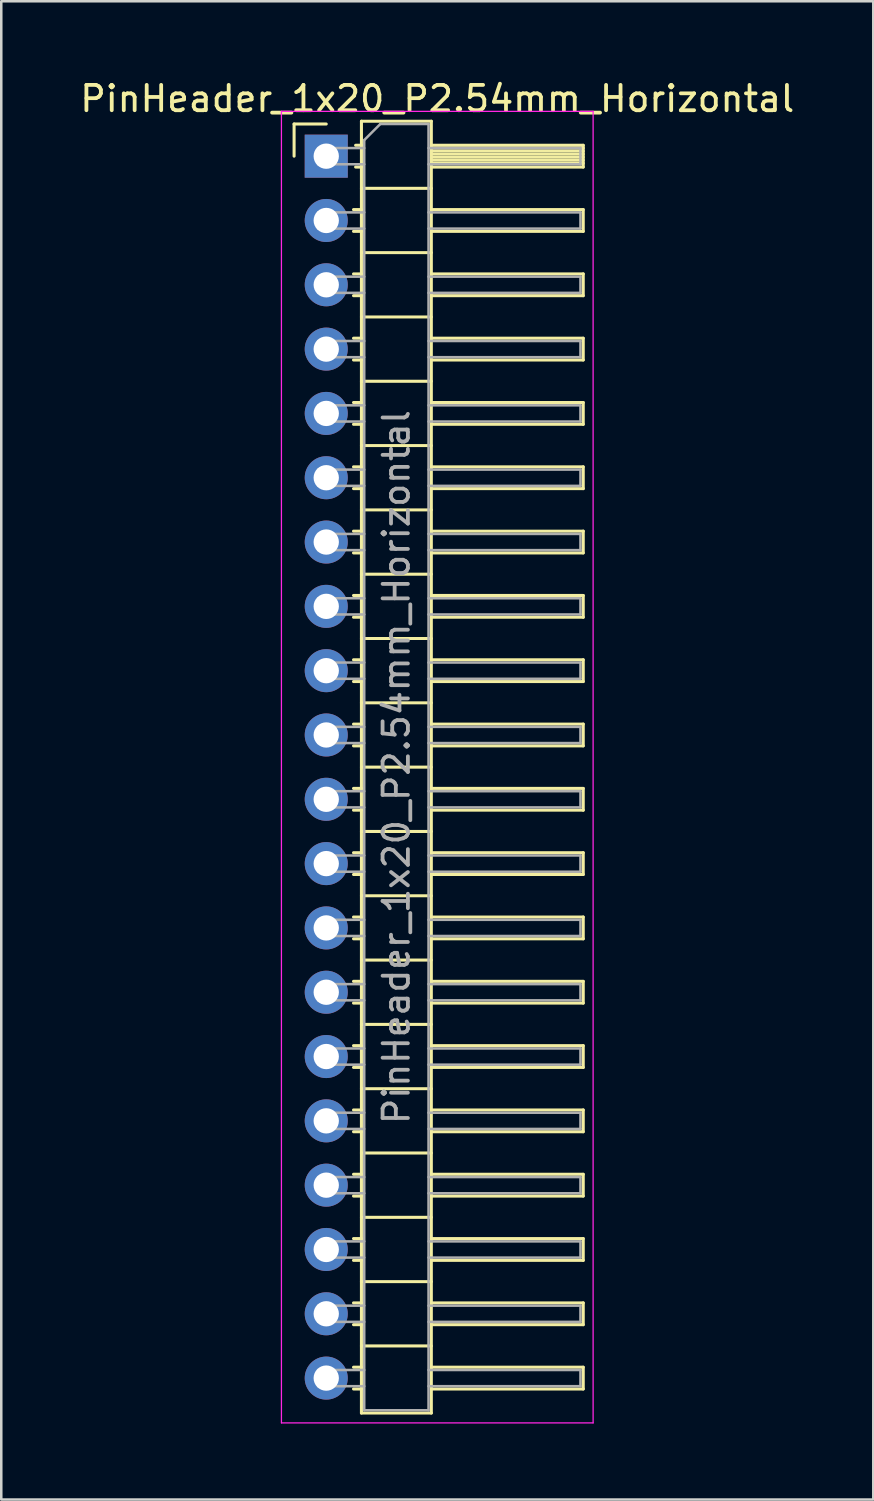
<source format=kicad_pcb>
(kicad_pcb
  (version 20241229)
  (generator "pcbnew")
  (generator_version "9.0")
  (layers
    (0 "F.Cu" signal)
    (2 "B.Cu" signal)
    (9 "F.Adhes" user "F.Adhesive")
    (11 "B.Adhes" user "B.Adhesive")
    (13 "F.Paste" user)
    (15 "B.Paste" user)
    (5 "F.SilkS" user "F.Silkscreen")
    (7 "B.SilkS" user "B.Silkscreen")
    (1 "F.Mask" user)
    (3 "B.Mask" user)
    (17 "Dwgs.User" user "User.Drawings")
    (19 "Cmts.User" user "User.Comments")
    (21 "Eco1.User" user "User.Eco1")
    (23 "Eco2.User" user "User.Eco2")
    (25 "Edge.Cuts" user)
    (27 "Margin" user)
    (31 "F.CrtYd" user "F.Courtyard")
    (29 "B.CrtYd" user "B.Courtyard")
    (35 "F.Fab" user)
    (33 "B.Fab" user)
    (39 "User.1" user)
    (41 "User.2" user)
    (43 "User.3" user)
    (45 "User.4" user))
  (footprint "PinHeader_1x20_P2.54mm_Horizontal"
    (layer "F.Cu")
    (at 9.835 3.118)
    (property "Reference" "PinHeader_1x20_P2.54mm_Horizontal" (at 4.385 -2.27 0) (layer "F.SilkS") (effects (font (size 1 1) (thickness 0.15))))
    (attr through_hole)
    (fp_line (start -1.27 -1.27) (end 0 -1.27) (stroke (width 0.12) (type solid)) (layer "F.SilkS"))
    (fp_line (start -1.27 0) (end -1.27 -1.27) (stroke (width 0.12) (type solid)) (layer "F.SilkS"))
    (fp_line (start 1.077 2.11) (end 1.39 2.11) (stroke (width 0.12) (type solid)) (layer "F.SilkS"))
    (fp_line (start 1.077 2.97) (end 1.39 2.97) (stroke (width 0.12) (type solid)) (layer "F.SilkS"))
    (fp_line (start 1.077 4.65) (end 1.39 4.65) (stroke (width 0.12) (type solid)) (layer "F.SilkS"))
    (fp_line (start 1.077 5.51) (end 1.39 5.51) (stroke (width 0.12) (type solid)) (layer "F.SilkS"))
    (fp_line (start 1.077 7.19) (end 1.39 7.19) (stroke (width 0.12) (type solid)) (layer "F.SilkS"))
    (fp_line (start 1.077 8.05) (end 1.39 8.05) (stroke (width 0.12) (type solid)) (layer "F.SilkS"))
    (fp_line (start 1.077 9.73) (end 1.39 9.73) (stroke (width 0.12) (type solid)) (layer "F.SilkS"))
    (fp_line (start 1.077 10.59) (end 1.39 10.59) (stroke (width 0.12) (type solid)) (layer "F.SilkS"))
    (fp_line (start 1.077 12.27) (end 1.39 12.27) (stroke (width 0.12) (type solid)) (layer "F.SilkS"))
    (fp_line (start 1.077 13.13) (end 1.39 13.13) (stroke (width 0.12) (type solid)) (layer "F.SilkS"))
    (fp_line (start 1.077 14.81) (end 1.39 14.81) (stroke (width 0.12) (type solid)) (layer "F.SilkS"))
    (fp_line (start 1.077 15.67) (end 1.39 15.67) (stroke (width 0.12) (type solid)) (layer "F.SilkS"))
    (fp_line (start 1.077 17.35) (end 1.39 17.35) (stroke (width 0.12) (type solid)) (layer "F.SilkS"))
    (fp_line (start 1.077 18.21) (end 1.39 18.21) (stroke (width 0.12) (type solid)) (layer "F.SilkS"))
    (fp_line (start 1.077 19.89) (end 1.39 19.89) (stroke (width 0.12) (type solid)) (layer "F.SilkS"))
    (fp_line (start 1.077 20.75) (end 1.39 20.75) (stroke (width 0.12) (type solid)) (layer "F.SilkS"))
    (fp_line (start 1.077 22.43) (end 1.39 22.43) (stroke (width 0.12) (type solid)) (layer "F.SilkS"))
    (fp_line (start 1.077 23.29) (end 1.39 23.29) (stroke (width 0.12) (type solid)) (layer "F.SilkS"))
    (fp_line (start 1.077 24.97) (end 1.39 24.97) (stroke (width 0.12) (type solid)) (layer "F.SilkS"))
    (fp_line (start 1.077 25.83) (end 1.39 25.83) (stroke (width 0.12) (type solid)) (layer "F.SilkS"))
    (fp_line (start 1.077 27.51) (end 1.39 27.51) (stroke (width 0.12) (type solid)) (layer "F.SilkS"))
    (fp_line (start 1.077 28.37) (end 1.39 28.37) (stroke (width 0.12) (type solid)) (layer "F.SilkS"))
    (fp_line (start 1.077 30.05) (end 1.39 30.05) (stroke (width 0.12) (type solid)) (layer "F.SilkS"))
    (fp_line (start 1.077 30.91) (end 1.39 30.91) (stroke (width 0.12) (type solid)) (layer "F.SilkS"))
    (fp_line (start 1.077 32.59) (end 1.39 32.59) (stroke (width 0.12) (type solid)) (layer "F.SilkS"))
    (fp_line (start 1.077 33.45) (end 1.39 33.45) (stroke (width 0.12) (type solid)) (layer "F.SilkS"))
    (fp_line (start 1.077 35.13) (end 1.39 35.13) (stroke (width 0.12) (type solid)) (layer "F.SilkS"))
    (fp_line (start 1.077 35.99) (end 1.39 35.99) (stroke (width 0.12) (type solid)) (layer "F.SilkS"))
    (fp_line (start 1.077 37.67) (end 1.39 37.67) (stroke (width 0.12) (type solid)) (layer "F.SilkS"))
    (fp_line (start 1.077 38.53) (end 1.39 38.53) (stroke (width 0.12) (type solid)) (layer "F.SilkS"))
    (fp_line (start 1.077 40.21) (end 1.39 40.21) (stroke (width 0.12) (type solid)) (layer "F.SilkS"))
    (fp_line (start 1.077 41.07) (end 1.39 41.07) (stroke (width 0.12) (type solid)) (layer "F.SilkS"))
    (fp_line (start 1.077 42.75) (end 1.39 42.75) (stroke (width 0.12) (type solid)) (layer "F.SilkS"))
    (fp_line (start 1.077 43.61) (end 1.39 43.61) (stroke (width 0.12) (type solid)) (layer "F.SilkS"))
    (fp_line (start 1.077 45.29) (end 1.39 45.29) (stroke (width 0.12) (type solid)) (layer "F.SilkS"))
    (fp_line (start 1.077 46.15) (end 1.39 46.15) (stroke (width 0.12) (type solid)) (layer "F.SilkS"))
    (fp_line (start 1.077 47.83) (end 1.39 47.83) (stroke (width 0.12) (type solid)) (layer "F.SilkS"))
    (fp_line (start 1.077 48.69) (end 1.39 48.69) (stroke (width 0.12) (type solid)) (layer "F.SilkS"))
    (fp_line (start 1.16 -0.43) (end 1.39 -0.43) (stroke (width 0.12) (type solid)) (layer "F.SilkS"))
    (fp_line (start 1.16 0.43) (end 1.39 0.43) (stroke (width 0.12) (type solid)) (layer "F.SilkS"))
    (fp_line (start 1.39 -1.38) (end 1.39 49.64) (stroke (width 0.12) (type solid)) (layer "F.SilkS"))
    (fp_line (start 1.39 1.27) (end 4.15 1.27) (stroke (width 0.12) (type solid)) (layer "F.SilkS"))
    (fp_line (start 1.39 3.81) (end 4.15 3.81) (stroke (width 0.12) (type solid)) (layer "F.SilkS"))
    (fp_line (start 1.39 6.35) (end 4.15 6.35) (stroke (width 0.12) (type solid)) (layer "F.SilkS"))
    (fp_line (start 1.39 8.89) (end 4.15 8.89) (stroke (width 0.12) (type solid)) (layer "F.SilkS"))
    (fp_line (start 1.39 11.43) (end 4.15 11.43) (stroke (width 0.12) (type solid)) (layer "F.SilkS"))
    (fp_line (start 1.39 13.97) (end 4.15 13.97) (stroke (width 0.12) (type solid)) (layer "F.SilkS"))
    (fp_line (start 1.39 16.51) (end 4.15 16.51) (stroke (width 0.12) (type solid)) (layer "F.SilkS"))
    (fp_line (start 1.39 19.05) (end 4.15 19.05) (stroke (width 0.12) (type solid)) (layer "F.SilkS"))
    (fp_line (start 1.39 21.59) (end 4.15 21.59) (stroke (width 0.12) (type solid)) (layer "F.SilkS"))
    (fp_line (start 1.39 24.13) (end 4.15 24.13) (stroke (width 0.12) (type solid)) (layer "F.SilkS"))
    (fp_line (start 1.39 26.67) (end 4.15 26.67) (stroke (width 0.12) (type solid)) (layer "F.SilkS"))
    (fp_line (start 1.39 29.21) (end 4.15 29.21) (stroke (width 0.12) (type solid)) (layer "F.SilkS"))
    (fp_line (start 1.39 31.75) (end 4.15 31.75) (stroke (width 0.12) (type solid)) (layer "F.SilkS"))
    (fp_line (start 1.39 34.29) (end 4.15 34.29) (stroke (width 0.12) (type solid)) (layer "F.SilkS"))
    (fp_line (start 1.39 36.83) (end 4.15 36.83) (stroke (width 0.12) (type solid)) (layer "F.SilkS"))
    (fp_line (start 1.39 39.37) (end 4.15 39.37) (stroke (width 0.12) (type solid)) (layer "F.SilkS"))
    (fp_line (start 1.39 41.91) (end 4.15 41.91) (stroke (width 0.12) (type solid)) (layer "F.SilkS"))
    (fp_line (start 1.39 44.45) (end 4.15 44.45) (stroke (width 0.12) (type solid)) (layer "F.SilkS"))
    (fp_line (start 1.39 46.99) (end 4.15 46.99) (stroke (width 0.12) (type solid)) (layer "F.SilkS"))
    (fp_line (start 1.39 49.64) (end 4.15 49.64) (stroke (width 0.12) (type solid)) (layer "F.SilkS"))
    (fp_line (start 4.15 -1.38) (end 1.39 -1.38) (stroke (width 0.12) (type solid)) (layer "F.SilkS"))
    (fp_line (start 4.15 -0.43) (end 10.15 -0.43) (stroke (width 0.12) (type solid)) (layer "F.SilkS"))
    (fp_line (start 4.15 -0.32) (end 10.15 -0.32) (stroke (width 0.12) (type solid)) (layer "F.SilkS"))
    (fp_line (start 4.15 -0.2) (end 10.15 -0.2) (stroke (width 0.12) (type solid)) (layer "F.SilkS"))
    (fp_line (start 4.15 -0.08) (end 10.15 -0.08) (stroke (width 0.12) (type solid)) (layer "F.SilkS"))
    (fp_line (start 4.15 0.04) (end 10.15 0.04) (stroke (width 0.12) (type solid)) (layer "F.SilkS"))
    (fp_line (start 4.15 0.16) (end 10.15 0.16) (stroke (width 0.12) (type solid)) (layer "F.SilkS"))
    (fp_line (start 4.15 0.28) (end 10.15 0.28) (stroke (width 0.12) (type solid)) (layer "F.SilkS"))
    (fp_line (start 4.15 2.11) (end 10.15 2.11) (stroke (width 0.12) (type solid)) (layer "F.SilkS"))
    (fp_line (start 4.15 4.65) (end 10.15 4.65) (stroke (width 0.12) (type solid)) (layer "F.SilkS"))
    (fp_line (start 4.15 7.19) (end 10.15 7.19) (stroke (width 0.12) (type solid)) (layer "F.SilkS"))
    (fp_line (start 4.15 9.73) (end 10.15 9.73) (stroke (width 0.12) (type solid)) (layer "F.SilkS"))
    (fp_line (start 4.15 12.27) (end 10.15 12.27) (stroke (width 0.12) (type solid)) (layer "F.SilkS"))
    (fp_line (start 4.15 14.81) (end 10.15 14.81) (stroke (width 0.12) (type solid)) (layer "F.SilkS"))
    (fp_line (start 4.15 17.35) (end 10.15 17.35) (stroke (width 0.12) (type solid)) (layer "F.SilkS"))
    (fp_line (start 4.15 19.89) (end 10.15 19.89) (stroke (width 0.12) (type solid)) (layer "F.SilkS"))
    (fp_line (start 4.15 22.43) (end 10.15 22.43) (stroke (width 0.12) (type solid)) (layer "F.SilkS"))
    (fp_line (start 4.15 24.97) (end 10.15 24.97) (stroke (width 0.12) (type solid)) (layer "F.SilkS"))
    (fp_line (start 4.15 27.51) (end 10.15 27.51) (stroke (width 0.12) (type solid)) (layer "F.SilkS"))
    (fp_line (start 4.15 30.05) (end 10.15 30.05) (stroke (width 0.12) (type solid)) (layer "F.SilkS"))
    (fp_line (start 4.15 32.59) (end 10.15 32.59) (stroke (width 0.12) (type solid)) (layer "F.SilkS"))
    (fp_line (start 4.15 35.13) (end 10.15 35.13) (stroke (width 0.12) (type solid)) (layer "F.SilkS"))
    (fp_line (start 4.15 37.67) (end 10.15 37.67) (stroke (width 0.12) (type solid)) (layer "F.SilkS"))
    (fp_line (start 4.15 40.21) (end 10.15 40.21) (stroke (width 0.12) (type solid)) (layer "F.SilkS"))
    (fp_line (start 4.15 42.75) (end 10.15 42.75) (stroke (width 0.12) (type solid)) (layer "F.SilkS"))
    (fp_line (start 4.15 45.29) (end 10.15 45.29) (stroke (width 0.12) (type solid)) (layer "F.SilkS"))
    (fp_line (start 4.15 47.83) (end 10.15 47.83) (stroke (width 0.12) (type solid)) (layer "F.SilkS"))
    (fp_line (start 4.15 49.64) (end 4.15 -1.38) (stroke (width 0.12) (type solid)) (layer "F.SilkS"))
    (fp_line (start 10.15 -0.43) (end 10.15 0.43) (stroke (width 0.12) (type solid)) (layer "F.SilkS"))
    (fp_line (start 10.15 0.43) (end 4.15 0.43) (stroke (width 0.12) (type solid)) (layer "F.SilkS"))
    (fp_line (start 10.15 2.11) (end 10.15 2.97) (stroke (width 0.12) (type solid)) (layer "F.SilkS"))
    (fp_line (start 10.15 2.97) (end 4.15 2.97) (stroke (width 0.12) (type solid)) (layer "F.SilkS"))
    (fp_line (start 10.15 4.65) (end 10.15 5.51) (stroke (width 0.12) (type solid)) (layer "F.SilkS"))
    (fp_line (start 10.15 5.51) (end 4.15 5.51) (stroke (width 0.12) (type solid)) (layer "F.SilkS"))
    (fp_line (start 10.15 7.19) (end 10.15 8.05) (stroke (width 0.12) (type solid)) (layer "F.SilkS"))
    (fp_line (start 10.15 8.05) (end 4.15 8.05) (stroke (width 0.12) (type solid)) (layer "F.SilkS"))
    (fp_line (start 10.15 9.73) (end 10.15 10.59) (stroke (width 0.12) (type solid)) (layer "F.SilkS"))
    (fp_line (start 10.15 10.59) (end 4.15 10.59) (stroke (width 0.12) (type solid)) (layer "F.SilkS"))
    (fp_line (start 10.15 12.27) (end 10.15 13.13) (stroke (width 0.12) (type solid)) (layer "F.SilkS"))
    (fp_line (start 10.15 13.13) (end 4.15 13.13) (stroke (width 0.12) (type solid)) (layer "F.SilkS"))
    (fp_line (start 10.15 14.81) (end 10.15 15.67) (stroke (width 0.12) (type solid)) (layer "F.SilkS"))
    (fp_line (start 10.15 15.67) (end 4.15 15.67) (stroke (width 0.12) (type solid)) (layer "F.SilkS"))
    (fp_line (start 10.15 17.35) (end 10.15 18.21) (stroke (width 0.12) (type solid)) (layer "F.SilkS"))
    (fp_line (start 10.15 18.21) (end 4.15 18.21) (stroke (width 0.12) (type solid)) (layer "F.SilkS"))
    (fp_line (start 10.15 19.89) (end 10.15 20.75) (stroke (width 0.12) (type solid)) (layer "F.SilkS"))
    (fp_line (start 10.15 20.75) (end 4.15 20.75) (stroke (width 0.12) (type solid)) (layer "F.SilkS"))
    (fp_line (start 10.15 22.43) (end 10.15 23.29) (stroke (width 0.12) (type solid)) (layer "F.SilkS"))
    (fp_line (start 10.15 23.29) (end 4.15 23.29) (stroke (width 0.12) (type solid)) (layer "F.SilkS"))
    (fp_line (start 10.15 24.97) (end 10.15 25.83) (stroke (width 0.12) (type solid)) (layer "F.SilkS"))
    (fp_line (start 10.15 25.83) (end 4.15 25.83) (stroke (width 0.12) (type solid)) (layer "F.SilkS"))
    (fp_line (start 10.15 27.51) (end 10.15 28.37) (stroke (width 0.12) (type solid)) (layer "F.SilkS"))
    (fp_line (start 10.15 28.37) (end 4.15 28.37) (stroke (width 0.12) (type solid)) (layer "F.SilkS"))
    (fp_line (start 10.15 30.05) (end 10.15 30.91) (stroke (width 0.12) (type solid)) (layer "F.SilkS"))
    (fp_line (start 10.15 30.91) (end 4.15 30.91) (stroke (width 0.12) (type solid)) (layer "F.SilkS"))
    (fp_line (start 10.15 32.59) (end 10.15 33.45) (stroke (width 0.12) (type solid)) (layer "F.SilkS"))
    (fp_line (start 10.15 33.45) (end 4.15 33.45) (stroke (width 0.12) (type solid)) (layer "F.SilkS"))
    (fp_line (start 10.15 35.13) (end 10.15 35.99) (stroke (width 0.12) (type solid)) (layer "F.SilkS"))
    (fp_line (start 10.15 35.99) (end 4.15 35.99) (stroke (width 0.12) (type solid)) (layer "F.SilkS"))
    (fp_line (start 10.15 37.67) (end 10.15 38.53) (stroke (width 0.12) (type solid)) (layer "F.SilkS"))
    (fp_line (start 10.15 38.53) (end 4.15 38.53) (stroke (width 0.12) (type solid)) (layer "F.SilkS"))
    (fp_line (start 10.15 40.21) (end 10.15 41.07) (stroke (width 0.12) (type solid)) (layer "F.SilkS"))
    (fp_line (start 10.15 41.07) (end 4.15 41.07) (stroke (width 0.12) (type solid)) (layer "F.SilkS"))
    (fp_line (start 10.15 42.75) (end 10.15 43.61) (stroke (width 0.12) (type solid)) (layer "F.SilkS"))
    (fp_line (start 10.15 43.61) (end 4.15 43.61) (stroke (width 0.12) (type solid)) (layer "F.SilkS"))
    (fp_line (start 10.15 45.29) (end 10.15 46.15) (stroke (width 0.12) (type solid)) (layer "F.SilkS"))
    (fp_line (start 10.15 46.15) (end 4.15 46.15) (stroke (width 0.12) (type solid)) (layer "F.SilkS"))
    (fp_line (start 10.15 47.83) (end 10.15 48.69) (stroke (width 0.12) (type solid)) (layer "F.SilkS"))
    (fp_line (start 10.15 48.69) (end 4.15 48.69) (stroke (width 0.12) (type solid)) (layer "F.SilkS"))
    (fp_line (start -1.77 -1.77) (end -1.77 50.03) (stroke (width 0.05) (type solid)) (layer "F.CrtYd"))
    (fp_line (start -1.77 50.03) (end 10.54 50.03) (stroke (width 0.05) (type solid)) (layer "F.CrtYd"))
    (fp_line (start 10.54 -1.77) (end -1.77 -1.77) (stroke (width 0.05) (type solid)) (layer "F.CrtYd"))
    (fp_line (start 10.54 50.03) (end 10.54 -1.77) (stroke (width 0.05) (type solid)) (layer "F.CrtYd"))
    (fp_line (start -0.32 -0.32) (end -0.32 0.32) (stroke (width 0.1) (type solid)) (layer "F.Fab"))
    (fp_line (start -0.32 -0.32) (end 1.5 -0.32) (stroke (width 0.1) (type solid)) (layer "F.Fab"))
    (fp_line (start -0.32 0.32) (end 1.5 0.32) (stroke (width 0.1) (type solid)) (layer "F.Fab"))
    (fp_line (start -0.32 2.22) (end -0.32 2.86) (stroke (width 0.1) (type solid)) (layer "F.Fab"))
    (fp_line (start -0.32 2.22) (end 1.5 2.22) (stroke (width 0.1) (type solid)) (layer "F.Fab"))
    (fp_line (start -0.32 2.86) (end 1.5 2.86) (stroke (width 0.1) (type solid)) (layer "F.Fab"))
    (fp_line (start -0.32 4.76) (end -0.32 5.4) (stroke (width 0.1) (type solid)) (layer "F.Fab"))
    (fp_line (start -0.32 4.76) (end 1.5 4.76) (stroke (width 0.1) (type solid)) (layer "F.Fab"))
    (fp_line (start -0.32 5.4) (end 1.5 5.4) (stroke (width 0.1) (type solid)) (layer "F.Fab"))
    (fp_line (start -0.32 7.3) (end -0.32 7.94) (stroke (width 0.1) (type solid)) (layer "F.Fab"))
    (fp_line (start -0.32 7.3) (end 1.5 7.3) (stroke (width 0.1) (type solid)) (layer "F.Fab"))
    (fp_line (start -0.32 7.94) (end 1.5 7.94) (stroke (width 0.1) (type solid)) (layer "F.Fab"))
    (fp_line (start -0.32 9.84) (end -0.32 10.48) (stroke (width 0.1) (type solid)) (layer "F.Fab"))
    (fp_line (start -0.32 9.84) (end 1.5 9.84) (stroke (width 0.1) (type solid)) (layer "F.Fab"))
    (fp_line (start -0.32 10.48) (end 1.5 10.48) (stroke (width 0.1) (type solid)) (layer "F.Fab"))
    (fp_line (start -0.32 12.38) (end -0.32 13.02) (stroke (width 0.1) (type solid)) (layer "F.Fab"))
    (fp_line (start -0.32 12.38) (end 1.5 12.38) (stroke (width 0.1) (type solid)) (layer "F.Fab"))
    (fp_line (start -0.32 13.02) (end 1.5 13.02) (stroke (width 0.1) (type solid)) (layer "F.Fab"))
    (fp_line (start -0.32 14.92) (end -0.32 15.56) (stroke (width 0.1) (type solid)) (layer "F.Fab"))
    (fp_line (start -0.32 14.92) (end 1.5 14.92) (stroke (width 0.1) (type solid)) (layer "F.Fab"))
    (fp_line (start -0.32 15.56) (end 1.5 15.56) (stroke (width 0.1) (type solid)) (layer "F.Fab"))
    (fp_line (start -0.32 17.46) (end -0.32 18.1) (stroke (width 0.1) (type solid)) (layer "F.Fab"))
    (fp_line (start -0.32 17.46) (end 1.5 17.46) (stroke (width 0.1) (type solid)) (layer "F.Fab"))
    (fp_line (start -0.32 18.1) (end 1.5 18.1) (stroke (width 0.1) (type solid)) (layer "F.Fab"))
    (fp_line (start -0.32 20) (end -0.32 20.64) (stroke (width 0.1) (type solid)) (layer "F.Fab"))
    (fp_line (start -0.32 20) (end 1.5 20) (stroke (width 0.1) (type solid)) (layer "F.Fab"))
    (fp_line (start -0.32 20.64) (end 1.5 20.64) (stroke (width 0.1) (type solid)) (layer "F.Fab"))
    (fp_line (start -0.32 22.54) (end -0.32 23.18) (stroke (width 0.1) (type solid)) (layer "F.Fab"))
    (fp_line (start -0.32 22.54) (end 1.5 22.54) (stroke (width 0.1) (type solid)) (layer "F.Fab"))
    (fp_line (start -0.32 23.18) (end 1.5 23.18) (stroke (width 0.1) (type solid)) (layer "F.Fab"))
    (fp_line (start -0.32 25.08) (end -0.32 25.72) (stroke (width 0.1) (type solid)) (layer "F.Fab"))
    (fp_line (start -0.32 25.08) (end 1.5 25.08) (stroke (width 0.1) (type solid)) (layer "F.Fab"))
    (fp_line (start -0.32 25.72) (end 1.5 25.72) (stroke (width 0.1) (type solid)) (layer "F.Fab"))
    (fp_line (start -0.32 27.62) (end -0.32 28.26) (stroke (width 0.1) (type solid)) (layer "F.Fab"))
    (fp_line (start -0.32 27.62) (end 1.5 27.62) (stroke (width 0.1) (type solid)) (layer "F.Fab"))
    (fp_line (start -0.32 28.26) (end 1.5 28.26) (stroke (width 0.1) (type solid)) (layer "F.Fab"))
    (fp_line (start -0.32 30.16) (end -0.32 30.8) (stroke (width 0.1) (type solid)) (layer "F.Fab"))
    (fp_line (start -0.32 30.16) (end 1.5 30.16) (stroke (width 0.1) (type solid)) (layer "F.Fab"))
    (fp_line (start -0.32 30.8) (end 1.5 30.8) (stroke (width 0.1) (type solid)) (layer "F.Fab"))
    (fp_line (start -0.32 32.7) (end -0.32 33.34) (stroke (width 0.1) (type solid)) (layer "F.Fab"))
    (fp_line (start -0.32 32.7) (end 1.5 32.7) (stroke (width 0.1) (type solid)) (layer "F.Fab"))
    (fp_line (start -0.32 33.34) (end 1.5 33.34) (stroke (width 0.1) (type solid)) (layer "F.Fab"))
    (fp_line (start -0.32 35.24) (end -0.32 35.88) (stroke (width 0.1) (type solid)) (layer "F.Fab"))
    (fp_line (start -0.32 35.24) (end 1.5 35.24) (stroke (width 0.1) (type solid)) (layer "F.Fab"))
    (fp_line (start -0.32 35.88) (end 1.5 35.88) (stroke (width 0.1) (type solid)) (layer "F.Fab"))
    (fp_line (start -0.32 37.78) (end -0.32 38.42) (stroke (width 0.1) (type solid)) (layer "F.Fab"))
    (fp_line (start -0.32 37.78) (end 1.5 37.78) (stroke (width 0.1) (type solid)) (layer "F.Fab"))
    (fp_line (start -0.32 38.42) (end 1.5 38.42) (stroke (width 0.1) (type solid)) (layer "F.Fab"))
    (fp_line (start -0.32 40.32) (end -0.32 40.96) (stroke (width 0.1) (type solid)) (layer "F.Fab"))
    (fp_line (start -0.32 40.32) (end 1.5 40.32) (stroke (width 0.1) (type solid)) (layer "F.Fab"))
    (fp_line (start -0.32 40.96) (end 1.5 40.96) (stroke (width 0.1) (type solid)) (layer "F.Fab"))
    (fp_line (start -0.32 42.86) (end -0.32 43.5) (stroke (width 0.1) (type solid)) (layer "F.Fab"))
    (fp_line (start -0.32 42.86) (end 1.5 42.86) (stroke (width 0.1) (type solid)) (layer "F.Fab"))
    (fp_line (start -0.32 43.5) (end 1.5 43.5) (stroke (width 0.1) (type solid)) (layer "F.Fab"))
    (fp_line (start -0.32 45.4) (end -0.32 46.04) (stroke (width 0.1) (type solid)) (layer "F.Fab"))
    (fp_line (start -0.32 45.4) (end 1.5 45.4) (stroke (width 0.1) (type solid)) (layer "F.Fab"))
    (fp_line (start -0.32 46.04) (end 1.5 46.04) (stroke (width 0.1) (type solid)) (layer "F.Fab"))
    (fp_line (start -0.32 47.94) (end -0.32 48.58) (stroke (width 0.1) (type solid)) (layer "F.Fab"))
    (fp_line (start -0.32 47.94) (end 1.5 47.94) (stroke (width 0.1) (type solid)) (layer "F.Fab"))
    (fp_line (start -0.32 48.58) (end 1.5 48.58) (stroke (width 0.1) (type solid)) (layer "F.Fab"))
    (fp_line (start 1.5 -0.635) (end 2.135 -1.27) (stroke (width 0.1) (type solid)) (layer "F.Fab"))
    (fp_line (start 1.5 49.53) (end 1.5 -0.635) (stroke (width 0.1) (type solid)) (layer "F.Fab"))
    (fp_line (start 2.135 -1.27) (end 4.04 -1.27) (stroke (width 0.1) (type solid)) (layer "F.Fab"))
    (fp_line (start 4.04 -1.27) (end 4.04 49.53) (stroke (width 0.1) (type solid)) (layer "F.Fab"))
    (fp_line (start 4.04 -0.32) (end 10.04 -0.32) (stroke (width 0.1) (type solid)) (layer "F.Fab"))
    (fp_line (start 4.04 0.32) (end 10.04 0.32) (stroke (width 0.1) (type solid)) (layer "F.Fab"))
    (fp_line (start 4.04 2.22) (end 10.04 2.22) (stroke (width 0.1) (type solid)) (layer "F.Fab"))
    (fp_line (start 4.04 2.86) (end 10.04 2.86) (stroke (width 0.1) (type solid)) (layer "F.Fab"))
    (fp_line (start 4.04 4.76) (end 10.04 4.76) (stroke (width 0.1) (type solid)) (layer "F.Fab"))
    (fp_line (start 4.04 5.4) (end 10.04 5.4) (stroke (width 0.1) (type solid)) (layer "F.Fab"))
    (fp_line (start 4.04 7.3) (end 10.04 7.3) (stroke (width 0.1) (type solid)) (layer "F.Fab"))
    (fp_line (start 4.04 7.94) (end 10.04 7.94) (stroke (width 0.1) (type solid)) (layer "F.Fab"))
    (fp_line (start 4.04 9.84) (end 10.04 9.84) (stroke (width 0.1) (type solid)) (layer "F.Fab"))
    (fp_line (start 4.04 10.48) (end 10.04 10.48) (stroke (width 0.1) (type solid)) (layer "F.Fab"))
    (fp_line (start 4.04 12.38) (end 10.04 12.38) (stroke (width 0.1) (type solid)) (layer "F.Fab"))
    (fp_line (start 4.04 13.02) (end 10.04 13.02) (stroke (width 0.1) (type solid)) (layer "F.Fab"))
    (fp_line (start 4.04 14.92) (end 10.04 14.92) (stroke (width 0.1) (type solid)) (layer "F.Fab"))
    (fp_line (start 4.04 15.56) (end 10.04 15.56) (stroke (width 0.1) (type solid)) (layer "F.Fab"))
    (fp_line (start 4.04 17.46) (end 10.04 17.46) (stroke (width 0.1) (type solid)) (layer "F.Fab"))
    (fp_line (start 4.04 18.1) (end 10.04 18.1) (stroke (width 0.1) (type solid)) (layer "F.Fab"))
    (fp_line (start 4.04 20) (end 10.04 20) (stroke (width 0.1) (type solid)) (layer "F.Fab"))
    (fp_line (start 4.04 20.64) (end 10.04 20.64) (stroke (width 0.1) (type solid)) (layer "F.Fab"))
    (fp_line (start 4.04 22.54) (end 10.04 22.54) (stroke (width 0.1) (type solid)) (layer "F.Fab"))
    (fp_line (start 4.04 23.18) (end 10.04 23.18) (stroke (width 0.1) (type solid)) (layer "F.Fab"))
    (fp_line (start 4.04 25.08) (end 10.04 25.08) (stroke (width 0.1) (type solid)) (layer "F.Fab"))
    (fp_line (start 4.04 25.72) (end 10.04 25.72) (stroke (width 0.1) (type solid)) (layer "F.Fab"))
    (fp_line (start 4.04 27.62) (end 10.04 27.62) (stroke (width 0.1) (type solid)) (layer "F.Fab"))
    (fp_line (start 4.04 28.26) (end 10.04 28.26) (stroke (width 0.1) (type solid)) (layer "F.Fab"))
    (fp_line (start 4.04 30.16) (end 10.04 30.16) (stroke (width 0.1) (type solid)) (layer "F.Fab"))
    (fp_line (start 4.04 30.8) (end 10.04 30.8) (stroke (width 0.1) (type solid)) (layer "F.Fab"))
    (fp_line (start 4.04 32.7) (end 10.04 32.7) (stroke (width 0.1) (type solid)) (layer "F.Fab"))
    (fp_line (start 4.04 33.34) (end 10.04 33.34) (stroke (width 0.1) (type solid)) (layer "F.Fab"))
    (fp_line (start 4.04 35.24) (end 10.04 35.24) (stroke (width 0.1) (type solid)) (layer "F.Fab"))
    (fp_line (start 4.04 35.88) (end 10.04 35.88) (stroke (width 0.1) (type solid)) (layer "F.Fab"))
    (fp_line (start 4.04 37.78) (end 10.04 37.78) (stroke (width 0.1) (type solid)) (layer "F.Fab"))
    (fp_line (start 4.04 38.42) (end 10.04 38.42) (stroke (width 0.1) (type solid)) (layer "F.Fab"))
    (fp_line (start 4.04 40.32) (end 10.04 40.32) (stroke (width 0.1) (type solid)) (layer "F.Fab"))
    (fp_line (start 4.04 40.96) (end 10.04 40.96) (stroke (width 0.1) (type solid)) (layer "F.Fab"))
    (fp_line (start 4.04 42.86) (end 10.04 42.86) (stroke (width 0.1) (type solid)) (layer "F.Fab"))
    (fp_line (start 4.04 43.5) (end 10.04 43.5) (stroke (width 0.1) (type solid)) (layer "F.Fab"))
    (fp_line (start 4.04 45.4) (end 10.04 45.4) (stroke (width 0.1) (type solid)) (layer "F.Fab"))
    (fp_line (start 4.04 46.04) (end 10.04 46.04) (stroke (width 0.1) (type solid)) (layer "F.Fab"))
    (fp_line (start 4.04 47.94) (end 10.04 47.94) (stroke (width 0.1) (type solid)) (layer "F.Fab"))
    (fp_line (start 4.04 48.58) (end 10.04 48.58) (stroke (width 0.1) (type solid)) (layer "F.Fab"))
    (fp_line (start 4.04 49.53) (end 1.5 49.53) (stroke (width 0.1) (type solid)) (layer "F.Fab"))
    (fp_line (start 10.04 -0.32) (end 10.04 0.32) (stroke (width 0.1) (type solid)) (layer "F.Fab"))
    (fp_line (start 10.04 2.22) (end 10.04 2.86) (stroke (width 0.1) (type solid)) (layer "F.Fab"))
    (fp_line (start 10.04 4.76) (end 10.04 5.4) (stroke (width 0.1) (type solid)) (layer "F.Fab"))
    (fp_line (start 10.04 7.3) (end 10.04 7.94) (stroke (width 0.1) (type solid)) (layer "F.Fab"))
    (fp_line (start 10.04 9.84) (end 10.04 10.48) (stroke (width 0.1) (type solid)) (layer "F.Fab"))
    (fp_line (start 10.04 12.38) (end 10.04 13.02) (stroke (width 0.1) (type solid)) (layer "F.Fab"))
    (fp_line (start 10.04 14.92) (end 10.04 15.56) (stroke (width 0.1) (type solid)) (layer "F.Fab"))
    (fp_line (start 10.04 17.46) (end 10.04 18.1) (stroke (width 0.1) (type solid)) (layer "F.Fab"))
    (fp_line (start 10.04 20) (end 10.04 20.64) (stroke (width 0.1) (type solid)) (layer "F.Fab"))
    (fp_line (start 10.04 22.54) (end 10.04 23.18) (stroke (width 0.1) (type solid)) (layer "F.Fab"))
    (fp_line (start 10.04 25.08) (end 10.04 25.72) (stroke (width 0.1) (type solid)) (layer "F.Fab"))
    (fp_line (start 10.04 27.62) (end 10.04 28.26) (stroke (width 0.1) (type solid)) (layer "F.Fab"))
    (fp_line (start 10.04 30.16) (end 10.04 30.8) (stroke (width 0.1) (type solid)) (layer "F.Fab"))
    (fp_line (start 10.04 32.7) (end 10.04 33.34) (stroke (width 0.1) (type solid)) (layer "F.Fab"))
    (fp_line (start 10.04 35.24) (end 10.04 35.88) (stroke (width 0.1) (type solid)) (layer "F.Fab"))
    (fp_line (start 10.04 37.78) (end 10.04 38.42) (stroke (width 0.1) (type solid)) (layer "F.Fab"))
    (fp_line (start 10.04 40.32) (end 10.04 40.96) (stroke (width 0.1) (type solid)) (layer "F.Fab"))
    (fp_line (start 10.04 42.86) (end 10.04 43.5) (stroke (width 0.1) (type solid)) (layer "F.Fab"))
    (fp_line (start 10.04 45.4) (end 10.04 46.04) (stroke (width 0.1) (type solid)) (layer "F.Fab"))
    (fp_line (start 10.04 47.94) (end 10.04 48.58) (stroke (width 0.1) (type solid)) (layer "F.Fab"))
    (fp_text user "${REFERENCE}" (at 2.77 24.13 90) (layer "F.Fab") (effects (font (size 1 1) (thickness 0.15))))
    (pad "1" thru_hole rect (at 0 0) (size 1.7 1.7) (drill 1) (layers "*.Cu" "*.Mask"))
    (pad "2" thru_hole circle (at 0 2.54) (size 1.7 1.7) (drill 1) (layers "*.Cu" "*.Mask"))
    (pad "3" thru_hole circle (at 0 5.08) (size 1.7 1.7) (drill 1) (layers "*.Cu" "*.Mask"))
    (pad "4" thru_hole circle (at 0 7.62) (size 1.7 1.7) (drill 1) (layers "*.Cu" "*.Mask"))
    (pad "5" thru_hole circle (at 0 10.16) (size 1.7 1.7) (drill 1) (layers "*.Cu" "*.Mask"))
    (pad "6" thru_hole circle (at 0 12.7) (size 1.7 1.7) (drill 1) (layers "*.Cu" "*.Mask"))
    (pad "7" thru_hole circle (at 0 15.24) (size 1.7 1.7) (drill 1) (layers "*.Cu" "*.Mask"))
    (pad "8" thru_hole circle (at 0 17.78) (size 1.7 1.7) (drill 1) (layers "*.Cu" "*.Mask"))
    (pad "9" thru_hole circle (at 0 20.32) (size 1.7 1.7) (drill 1) (layers "*.Cu" "*.Mask"))
    (pad "10" thru_hole circle (at 0 22.86) (size 1.7 1.7) (drill 1) (layers "*.Cu" "*.Mask"))
    (pad "11" thru_hole circle (at 0 25.4) (size 1.7 1.7) (drill 1) (layers "*.Cu" "*.Mask"))
    (pad "12" thru_hole circle (at 0 27.94) (size 1.7 1.7) (drill 1) (layers "*.Cu" "*.Mask"))
    (pad "13" thru_hole circle (at 0 30.48) (size 1.7 1.7) (drill 1) (layers "*.Cu" "*.Mask"))
    (pad "14" thru_hole circle (at 0 33.02) (size 1.7 1.7) (drill 1) (layers "*.Cu" "*.Mask"))
    (pad "15" thru_hole circle (at 0 35.56) (size 1.7 1.7) (drill 1) (layers "*.Cu" "*.Mask"))
    (pad "16" thru_hole circle (at 0 38.1) (size 1.7 1.7) (drill 1) (layers "*.Cu" "*.Mask"))
    (pad "17" thru_hole circle (at 0 40.64) (size 1.7 1.7) (drill 1) (layers "*.Cu" "*.Mask"))
    (pad "18" thru_hole circle (at 0 43.18) (size 1.7 1.7) (drill 1) (layers "*.Cu" "*.Mask"))
    (pad "19" thru_hole circle (at 0 45.72) (size 1.7 1.7) (drill 1) (layers "*.Cu" "*.Mask"))
    (pad "20" thru_hole circle (at 0 48.26) (size 1.7 1.7) (drill 1) (layers "*.Cu" "*.Mask")))
  (gr_rect
    (start -3 -3)
    (end 31.44 56.173)
    (stroke (width 0.1) (type default))
    (fill no)
    (layer "Edge.Cuts")))
</source>
